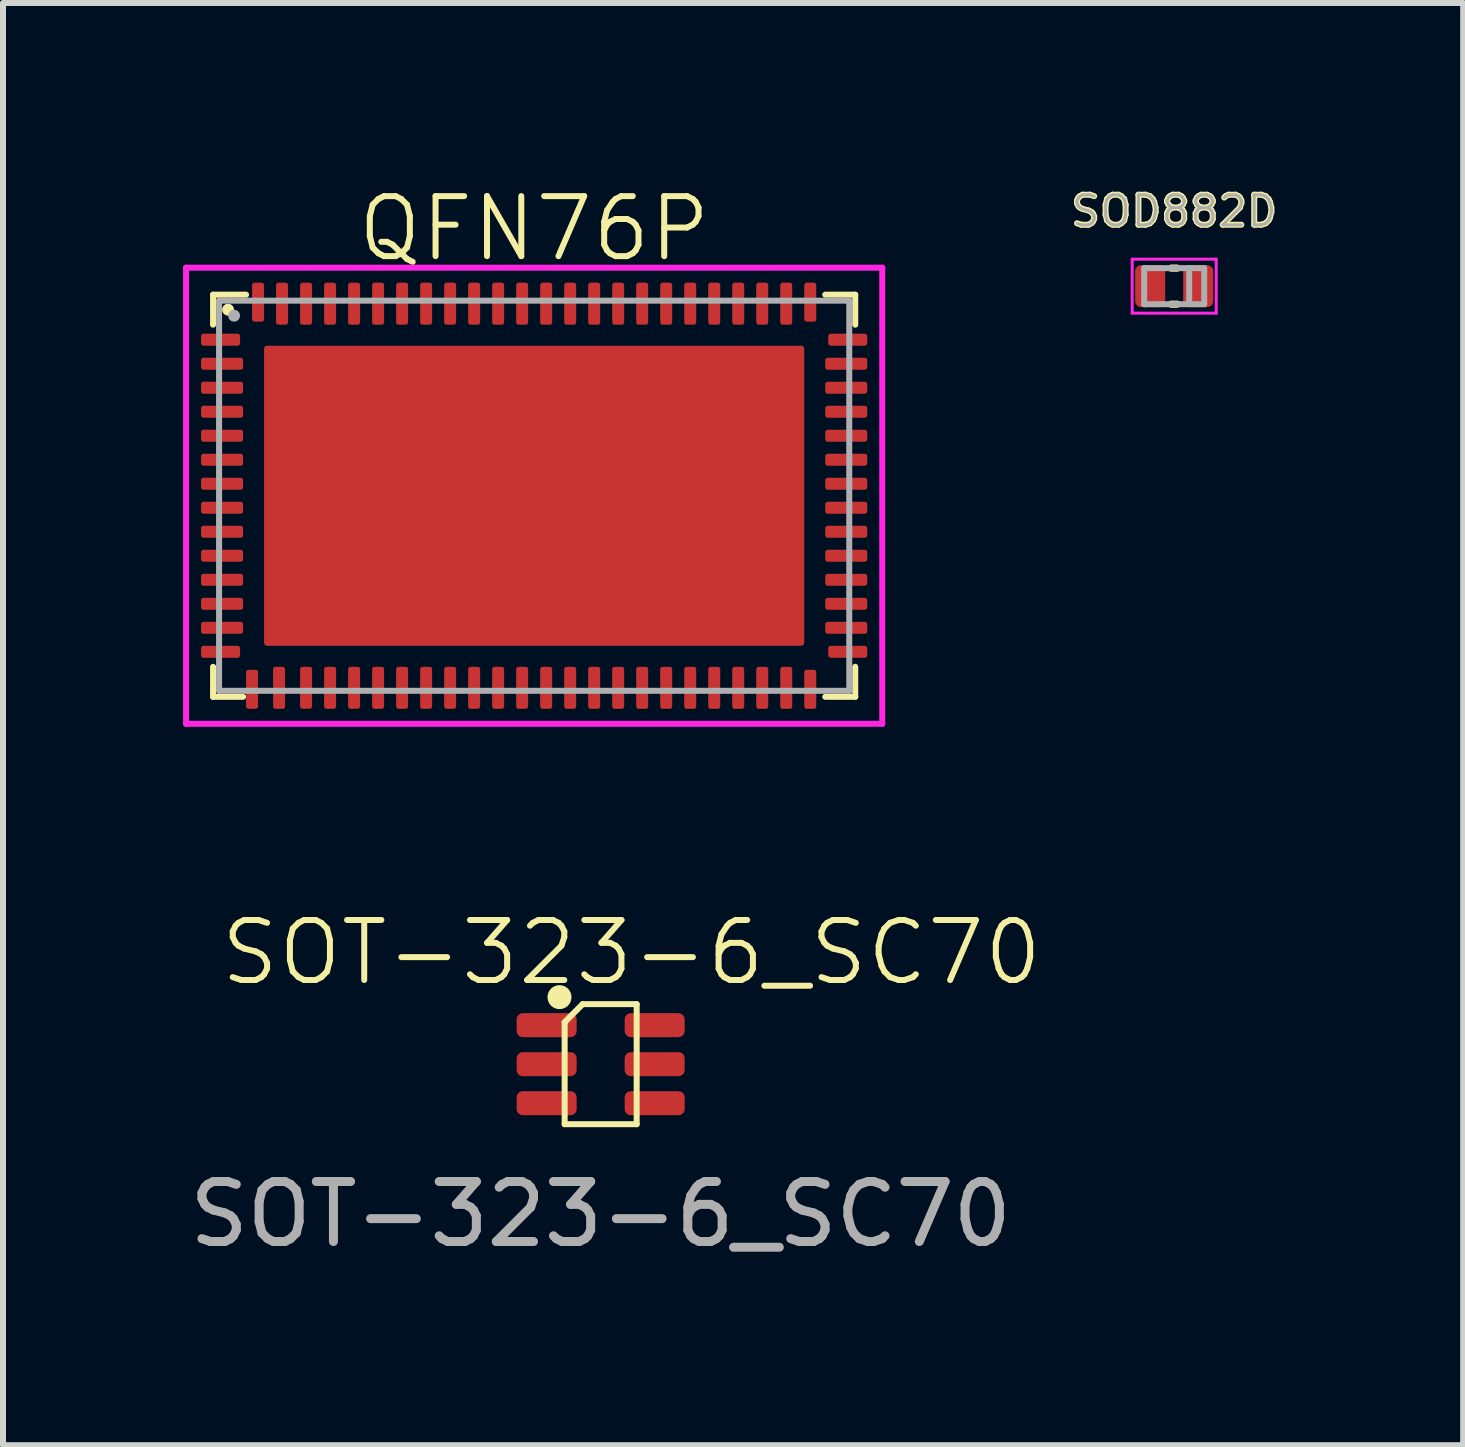
<source format=kicad_pcb>
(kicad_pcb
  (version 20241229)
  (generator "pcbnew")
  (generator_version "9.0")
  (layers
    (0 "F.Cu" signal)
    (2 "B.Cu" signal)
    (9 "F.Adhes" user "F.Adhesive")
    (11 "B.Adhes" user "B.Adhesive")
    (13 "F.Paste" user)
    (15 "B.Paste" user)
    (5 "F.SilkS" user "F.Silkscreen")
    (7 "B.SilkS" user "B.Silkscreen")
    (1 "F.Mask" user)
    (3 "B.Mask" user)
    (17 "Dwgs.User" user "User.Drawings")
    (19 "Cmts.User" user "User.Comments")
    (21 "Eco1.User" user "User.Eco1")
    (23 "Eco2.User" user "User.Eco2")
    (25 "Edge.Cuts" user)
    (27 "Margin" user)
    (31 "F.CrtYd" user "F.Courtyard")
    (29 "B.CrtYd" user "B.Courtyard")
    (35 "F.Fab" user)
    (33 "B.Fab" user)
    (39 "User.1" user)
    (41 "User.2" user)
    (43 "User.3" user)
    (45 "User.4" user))
  (footprint "SOT-323-6_SC70"
    (layer "F.Cu")
    (at 6.958 14.681)
    (property "Reference" "SOT-323-6_SC70" (at 0.513 -1.86 0) (unlocked yes) (layer "F.SilkS") (effects (font (size 1 1) (thickness 0.1))))
    (attr smd)
    (fp_line (start -0.6 -0.7) (end -0.6 1) (stroke (width 0.1) (type default)) (layer "F.SilkS"))
    (fp_line (start -0.6 -0.7) (end -0.3 -1) (stroke (width 0.1) (type default)) (layer "F.SilkS"))
    (fp_line (start -0.6 1) (end 0.6 1) (stroke (width 0.1) (type default)) (layer "F.SilkS"))
    (fp_line (start 0.6 -1) (end -0.3 -1) (stroke (width 0.1) (type default)) (layer "F.SilkS"))
    (fp_line (start 0.6 1) (end 0.6 -1) (stroke (width 0.1) (type default)) (layer "F.SilkS"))
    (fp_circle (center -0.686 -1.117) (end -0.686 -1.117) (stroke (width 0.2) (type default)) (fill no) (layer "F.SilkS"))
    (fp_text user "${REFERENCE}" (at 0 2.5 0) (unlocked yes) (layer "F.Fab") (effects (font (size 1 1) (thickness 0.15))))
    (pad "1" smd roundrect (at -0.9 -0.65) (size 1 0.4) (layers "F.Cu" "F.Mask" "F.Paste") (roundrect_rratio 0.25))
    (pad "2" smd roundrect (at -0.9 0) (size 1 0.4) (layers "F.Cu" "F.Mask" "F.Paste") (roundrect_rratio 0.25))
    (pad "3" smd roundrect (at -0.9 0.65) (size 1 0.4) (layers "F.Cu" "F.Mask" "F.Paste") (roundrect_rratio 0.25))
    (pad "4" smd roundrect (at 0.9 0.65) (size 1 0.4) (layers "F.Cu" "F.Mask" "F.Paste") (roundrect_rratio 0.25))
    (pad "5" smd roundrect (at 0.9 0) (size 1 0.4) (layers "F.Cu" "F.Mask" "F.Paste") (roundrect_rratio 0.25))
    (pad "6" smd roundrect (at 0.9 -0.65) (size 1 0.4) (layers "F.Cu" "F.Mask" "F.Paste") (roundrect_rratio 0.25)))
  (footprint "SOD882D"
    (layer "F.Cu")
    (at 16.514 1.718)
    (property "Reference" "SOD882D" (at 0 -1.25 0) (layer "F.SilkS") (effects (font (size 0.5 0.5) (thickness 0.1))))
    (attr smd)
    (fp_line (start -0.05 -0.3) (end 0.05 -0.3) (stroke (width 0.12) (type solid)) (layer "F.SilkS"))
    (fp_line (start -0.05 0.3) (end 0.05 0.3) (stroke (width 0.12) (type solid)) (layer "F.SilkS"))
    (fp_line (start -0.7 -0.45) (end 0.7 -0.45) (stroke (width 0.05) (type solid)) (layer "F.CrtYd"))
    (fp_line (start -0.7 0.45) (end -0.7 -0.45) (stroke (width 0.05) (type solid)) (layer "F.CrtYd"))
    (fp_line (start 0.7 -0.45) (end 0.7 0.45) (stroke (width 0.05) (type solid)) (layer "F.CrtYd"))
    (fp_line (start 0.7 0.45) (end -0.7 0.45) (stroke (width 0.05) (type solid)) (layer "F.CrtYd"))
    (fp_line (start -0.5 -0.3) (end 0.5 -0.3) (stroke (width 0.1) (type solid)) (layer "F.Fab"))
    (fp_line (start -0.5 0.3) (end -0.5 -0.3) (stroke (width 0.1) (type solid)) (layer "F.Fab"))
    (fp_line (start 0.25 -0.3) (end 0.25 0.3) (stroke (width 0.1) (type solid)) (layer "F.Fab"))
    (fp_line (start 0.5 -0.3) (end 0.5 0.3) (stroke (width 0.1) (type solid)) (layer "F.Fab"))
    (fp_line (start 0.5 0.3) (end -0.5 0.3) (stroke (width 0.1) (type solid)) (layer "F.Fab"))
    (fp_text user "${REFERENCE}" (at 0 -1.25 0) (layer "F.Fab") (effects (font (size 0.5 0.5) (thickness 0.05))))
    (pad "1" smd roundrect (at -0.4 0) (size 0.5 0.7) (layers "F.Cu" "F.Mask" "F.Paste") (roundrect_rratio 0.2))
    (pad "2" smd roundrect (at 0.4 0) (size 0.5 0.7) (layers "F.Cu" "F.Mask" "F.Paste") (roundrect_rratio 0.2)))
  (footprint "QFN76P"
    (layer "F.Cu")
    (at 5.85 5.21)
    (property "Reference" "QFN76P" (at 0 -4.45 0) (layer "F.SilkS") (effects (font (size 1 1) (thickness 0.1))))
    (attr through_hole)
    (fp_line (start -5.35 -3.35) (end -5.35 -2.85) (stroke (width 0.1) (type solid)) (layer "F.SilkS"))
    (fp_line (start -5.35 -3.35) (end -4.8 -3.35) (stroke (width 0.1) (type solid)) (layer "F.SilkS"))
    (fp_line (start -5.35 3.35) (end -5.35 2.85) (stroke (width 0.1) (type solid)) (layer "F.SilkS"))
    (fp_line (start -5.35 3.35) (end -4.85 3.35) (stroke (width 0.1) (type solid)) (layer "F.SilkS"))
    (fp_line (start 5.35 -3.35) (end 4.85 -3.35) (stroke (width 0.1) (type solid)) (layer "F.SilkS"))
    (fp_line (start 5.35 -3.35) (end 5.35 -2.85) (stroke (width 0.1) (type solid)) (layer "F.SilkS"))
    (fp_line (start 5.35 3.35) (end 4.85 3.35) (stroke (width 0.1) (type solid)) (layer "F.SilkS"))
    (fp_line (start 5.35 3.35) (end 5.35 2.85) (stroke (width 0.1) (type solid)) (layer "F.SilkS"))
    (fp_circle (center -5.1 -3.1) (end -5.05 -3.1) (stroke (width 0.1) (type solid)) (fill no) (layer "F.SilkS"))
    (fp_line (start -5.8 -3.8) (end -5.8 3.8) (stroke (width 0.1) (type solid)) (layer "F.CrtYd"))
    (fp_line (start -5.8 3.8) (end 5.8 3.8) (stroke (width 0.1) (type solid)) (layer "F.CrtYd"))
    (fp_line (start 5.8 -3.8) (end -5.8 -3.8) (stroke (width 0.1) (type solid)) (layer "F.CrtYd"))
    (fp_line (start 5.8 3.8) (end 5.8 -3.8) (stroke (width 0.1) (type solid)) (layer "F.CrtYd"))
    (fp_line (start -5.25 -3.25) (end 5.25 -3.25) (stroke (width 0.1) (type solid)) (layer "F.Fab"))
    (fp_line (start -5.25 3.25) (end -5.25 -3.25) (stroke (width 0.1) (type solid)) (layer "F.Fab"))
    (fp_line (start 5.25 -3.25) (end 5.25 3.25) (stroke (width 0.1) (type solid)) (layer "F.Fab"))
    (fp_line (start 5.25 3.25) (end -5.25 3.25) (stroke (width 0.1) (type solid)) (layer "F.Fab"))
    (fp_circle (center -5 -3) (end -4.95 -3) (stroke (width 0.1) (type solid)) (fill no) (layer "F.Fab"))
    (pad "1" smd roundrect (at -5.225 -2.6) (size 0.65 0.2) (layers "F.Cu" "F.Mask" "F.Paste") (roundrect_rratio 0.2))
    (pad "2" smd roundrect (at -5.2 -2.2) (size 0.7 0.2) (layers "F.Cu" "F.Mask" "F.Paste") (roundrect_rratio 0.2))
    (pad "3" smd roundrect (at -5.2 -1.8) (size 0.7 0.2) (layers "F.Cu" "F.Mask" "F.Paste") (roundrect_rratio 0.2))
    (pad "4" smd roundrect (at -5.2 -1.4) (size 0.7 0.2) (layers "F.Cu" "F.Mask" "F.Paste") (roundrect_rratio 0.2))
    (pad "5" smd roundrect (at -5.2 -1) (size 0.7 0.2) (layers "F.Cu" "F.Mask" "F.Paste") (roundrect_rratio 0.2))
    (pad "6" smd roundrect (at -5.2 -0.6) (size 0.7 0.2) (layers "F.Cu" "F.Mask" "F.Paste") (roundrect_rratio 0.2))
    (pad "7" smd roundrect (at -5.2 -0.2) (size 0.7 0.2) (layers "F.Cu" "F.Mask" "F.Paste") (roundrect_rratio 0.2))
    (pad "8" smd roundrect (at -5.2 0.2) (size 0.7 0.2) (layers "F.Cu" "F.Mask" "F.Paste") (roundrect_rratio 0.2))
    (pad "9" smd roundrect (at -5.2 0.6) (size 0.7 0.2) (layers "F.Cu" "F.Mask" "F.Paste") (roundrect_rratio 0.2))
    (pad "10" smd roundrect (at -5.2 1) (size 0.7 0.2) (layers "F.Cu" "F.Mask" "F.Paste") (roundrect_rratio 0.2))
    (pad "11" smd roundrect (at -5.2 1.4) (size 0.7 0.2) (layers "F.Cu" "F.Mask" "F.Paste") (roundrect_rratio 0.2))
    (pad "12" smd roundrect (at -5.2 1.8) (size 0.7 0.2) (layers "F.Cu" "F.Mask" "F.Paste") (roundrect_rratio 0.2))
    (pad "13" smd roundrect (at -5.2 2.2) (size 0.7 0.2) (layers "F.Cu" "F.Mask" "F.Paste") (roundrect_rratio 0.2))
    (pad "14" smd roundrect (at -5.225 2.6) (size 0.65 0.2) (layers "F.Cu" "F.Mask" "F.Paste") (roundrect_rratio 0.2))
    (pad "15" smd roundrect (at -4.7 3.225 270) (size 0.65 0.2) (layers "F.Cu" "F.Mask" "F.Paste") (roundrect_rratio 0.2))
    (pad "16" smd roundrect (at -4.25 3.2 90) (size 0.7 0.2) (layers "F.Cu" "F.Mask" "F.Paste") (roundrect_rratio 0.2))
    (pad "17" smd roundrect (at -3.8 3.2 90) (size 0.7 0.2) (layers "F.Cu" "F.Mask" "F.Paste") (roundrect_rratio 0.2))
    (pad "18" smd roundrect (at -3.4 3.2 90) (size 0.7 0.2) (layers "F.Cu" "F.Mask" "F.Paste") (roundrect_rratio 0.2))
    (pad "19" smd roundrect (at -3 3.2 90) (size 0.7 0.2) (layers "F.Cu" "F.Mask" "F.Paste") (roundrect_rratio 0.2))
    (pad "20" smd roundrect (at -2.6 3.2 90) (size 0.7 0.2) (layers "F.Cu" "F.Mask" "F.Paste") (roundrect_rratio 0.2))
    (pad "21" smd roundrect (at -2.2 3.2 90) (size 0.7 0.2) (layers "F.Cu" "F.Mask" "F.Paste") (roundrect_rratio 0.2))
    (pad "22" smd roundrect (at -1.8 3.2 90) (size 0.7 0.2) (layers "F.Cu" "F.Mask" "F.Paste") (roundrect_rratio 0.2))
    (pad "23" smd roundrect (at -1.4 3.2 90) (size 0.7 0.2) (layers "F.Cu" "F.Mask" "F.Paste") (roundrect_rratio 0.2))
    (pad "24" smd roundrect (at -1 3.2 90) (size 0.7 0.2) (layers "F.Cu" "F.Mask" "F.Paste") (roundrect_rratio 0.2))
    (pad "25" smd roundrect (at -0.6 3.2 90) (size 0.7 0.2) (layers "F.Cu" "F.Mask" "F.Paste") (roundrect_rratio 0.2))
    (pad "26" smd roundrect (at -0.2 3.2 90) (size 0.7 0.2) (layers "F.Cu" "F.Mask" "F.Paste") (roundrect_rratio 0.2))
    (pad "27" smd roundrect (at 0.2 3.2 90) (size 0.7 0.2) (layers "F.Cu" "F.Mask" "F.Paste") (roundrect_rratio 0.2))
    (pad "28" smd roundrect (at 0.6 3.2 90) (size 0.7 0.2) (layers "F.Cu" "F.Mask" "F.Paste") (roundrect_rratio 0.2))
    (pad "29" smd roundrect (at 1 3.2 90) (size 0.7 0.2) (layers "F.Cu" "F.Mask" "F.Paste") (roundrect_rratio 0.2))
    (pad "30" smd roundrect (at 1.4 3.2 90) (size 0.7 0.2) (layers "F.Cu" "F.Mask" "F.Paste") (roundrect_rratio 0.2))
    (pad "31" smd roundrect (at 1.8 3.2 90) (size 0.7 0.2) (layers "F.Cu" "F.Mask" "F.Paste") (roundrect_rratio 0.2))
    (pad "32" smd roundrect (at 2.2 3.2 90) (size 0.7 0.2) (layers "F.Cu" "F.Mask" "F.Paste") (roundrect_rratio 0.2))
    (pad "33" smd roundrect (at 2.6 3.2 90) (size 0.7 0.2) (layers "F.Cu" "F.Mask" "F.Paste") (roundrect_rratio 0.2))
    (pad "34" smd roundrect (at 3 3.2 90) (size 0.7 0.2) (layers "F.Cu" "F.Mask" "F.Paste") (roundrect_rratio 0.2))
    (pad "35" smd roundrect (at 3.4 3.2 90) (size 0.7 0.2) (layers "F.Cu" "F.Mask" "F.Paste") (roundrect_rratio 0.2))
    (pad "36" smd roundrect (at 3.8 3.2 90) (size 0.7 0.2) (layers "F.Cu" "F.Mask" "F.Paste") (roundrect_rratio 0.2))
    (pad "37" smd roundrect (at 4.2 3.2 90) (size 0.7 0.2) (layers "F.Cu" "F.Mask" "F.Paste") (roundrect_rratio 0.2))
    (pad "38" smd roundrect (at 4.6 3.225 90) (size 0.65 0.2) (layers "F.Cu" "F.Mask" "F.Paste") (roundrect_rratio 0.2))
    (pad "39" smd roundrect (at 5.225 2.6) (size 0.65 0.2) (layers "F.Cu" "F.Mask" "F.Paste") (roundrect_rratio 0.2))
    (pad "40" smd roundrect (at 5.2 2.2) (size 0.7 0.2) (layers "F.Cu" "F.Mask" "F.Paste") (roundrect_rratio 0.2))
    (pad "41" smd roundrect (at 5.2 1.8) (size 0.7 0.2) (layers "F.Cu" "F.Mask" "F.Paste") (roundrect_rratio 0.2))
    (pad "42" smd roundrect (at 5.2 1.4) (size 0.7 0.2) (layers "F.Cu" "F.Mask" "F.Paste") (roundrect_rratio 0.2))
    (pad "43" smd roundrect (at 5.2 1) (size 0.7 0.2) (layers "F.Cu" "F.Mask" "F.Paste") (roundrect_rratio 0.2))
    (pad "44" smd roundrect (at 5.2 0.6) (size 0.7 0.2) (layers "F.Cu" "F.Mask" "F.Paste") (roundrect_rratio 0.2))
    (pad "45" smd roundrect (at 5.2 0.2) (size 0.7 0.2) (layers "F.Cu" "F.Mask" "F.Paste") (roundrect_rratio 0.2))
    (pad "46" smd roundrect (at 5.2 -0.2) (size 0.7 0.2) (layers "F.Cu" "F.Mask" "F.Paste") (roundrect_rratio 0.2))
    (pad "47" smd roundrect (at 5.2 -0.6) (size 0.7 0.2) (layers "F.Cu" "F.Mask" "F.Paste") (roundrect_rratio 0.2))
    (pad "48" smd roundrect (at 5.2 -1) (size 0.7 0.2) (layers "F.Cu" "F.Mask" "F.Paste") (roundrect_rratio 0.2))
    (pad "49" smd roundrect (at 5.2 -1.4) (size 0.7 0.2) (layers "F.Cu" "F.Mask" "F.Paste") (roundrect_rratio 0.2))
    (pad "50" smd roundrect (at 5.2 -1.8) (size 0.7 0.2) (layers "F.Cu" "F.Mask" "F.Paste") (roundrect_rratio 0.2))
    (pad "51" smd roundrect (at 5.2 -2.2) (size 0.7 0.2) (layers "F.Cu" "F.Mask" "F.Paste") (roundrect_rratio 0.2))
    (pad "52" smd roundrect (at 5.225 -2.6) (size 0.65 0.2) (layers "F.Cu" "F.Mask" "F.Paste") (roundrect_rratio 0.2))
    (pad "53" smd roundrect (at 4.6 -3.225 90) (size 0.65 0.2) (layers "F.Cu" "F.Mask" "F.Paste") (roundrect_rratio 0.2))
    (pad "54" smd roundrect (at 4.2 -3.2 90) (size 0.7 0.2) (layers "F.Cu" "F.Mask" "F.Paste") (roundrect_rratio 0.2))
    (pad "55" smd roundrect (at 3.8 -3.2 90) (size 0.7 0.2) (layers "F.Cu" "F.Mask" "F.Paste") (roundrect_rratio 0.2))
    (pad "56" smd roundrect (at 3.4 -3.2 90) (size 0.7 0.2) (layers "F.Cu" "F.Mask" "F.Paste") (roundrect_rratio 0.2))
    (pad "57" smd roundrect (at 3 -3.2 90) (size 0.7 0.2) (layers "F.Cu" "F.Mask" "F.Paste") (roundrect_rratio 0.2))
    (pad "58" smd roundrect (at 2.6 -3.2 90) (size 0.7 0.2) (layers "F.Cu" "F.Mask" "F.Paste") (roundrect_rratio 0.2))
    (pad "59" smd roundrect (at 2.2 -3.2 90) (size 0.7 0.2) (layers "F.Cu" "F.Mask" "F.Paste") (roundrect_rratio 0.2))
    (pad "60" smd roundrect (at 1.8 -3.2 90) (size 0.7 0.2) (layers "F.Cu" "F.Mask" "F.Paste") (roundrect_rratio 0.2))
    (pad "61" smd roundrect (at 1.4 -3.2 90) (size 0.7 0.2) (layers "F.Cu" "F.Mask" "F.Paste") (roundrect_rratio 0.2))
    (pad "62" smd roundrect (at 1 -3.2 90) (size 0.7 0.2) (layers "F.Cu" "F.Mask" "F.Paste") (roundrect_rratio 0.2))
    (pad "63" smd roundrect (at 0.6 -3.2 90) (size 0.7 0.2) (layers "F.Cu" "F.Mask" "F.Paste") (roundrect_rratio 0.2))
    (pad "64" smd roundrect (at 0.2 -3.2 90) (size 0.7 0.2) (layers "F.Cu" "F.Mask" "F.Paste") (roundrect_rratio 0.2))
    (pad "65" smd roundrect (at -0.2 -3.2 90) (size 0.7 0.2) (layers "F.Cu" "F.Mask" "F.Paste") (roundrect_rratio 0.2))
    (pad "66" smd roundrect (at -0.6 -3.2 90) (size 0.7 0.2) (layers "F.Cu" "F.Mask" "F.Paste") (roundrect_rratio 0.2))
    (pad "67" smd roundrect (at -1 -3.2 90) (size 0.7 0.2) (layers "F.Cu" "F.Mask" "F.Paste") (roundrect_rratio 0.2))
    (pad "68" smd roundrect (at -1.4 -3.2 90) (size 0.7 0.2) (layers "F.Cu" "F.Mask" "F.Paste") (roundrect_rratio 0.2))
    (pad "69" smd roundrect (at -1.8 -3.2 90) (size 0.7 0.2) (layers "F.Cu" "F.Mask" "F.Paste") (roundrect_rratio 0.2))
    (pad "70" smd roundrect (at -2.2 -3.2 90) (size 0.7 0.2) (layers "F.Cu" "F.Mask" "F.Paste") (roundrect_rratio 0.2))
    (pad "71" smd roundrect (at -2.6 -3.2 90) (size 0.7 0.2) (layers "F.Cu" "F.Mask" "F.Paste") (roundrect_rratio 0.2))
    (pad "72" smd roundrect (at -3 -3.2 90) (size 0.7 0.2) (layers "F.Cu" "F.Mask" "F.Paste") (roundrect_rratio 0.2))
    (pad "73" smd roundrect (at -3.4 -3.2 90) (size 0.7 0.2) (layers "F.Cu" "F.Mask" "F.Paste") (roundrect_rratio 0.2))
    (pad "74" smd roundrect (at -3.8 -3.2 90) (size 0.7 0.2) (layers "F.Cu" "F.Mask" "F.Paste") (roundrect_rratio 0.2))
    (pad "75" smd roundrect (at -4.2 -3.2 90) (size 0.7 0.2) (layers "F.Cu" "F.Mask" "F.Paste") (roundrect_rratio 0.2))
    (pad "76" smd roundrect (at -4.6 -3.225 90) (size 0.65 0.2) (layers "F.Cu" "F.Mask" "F.Paste") (roundrect_rratio 0.2))
    (pad "77" smd roundrect (at 0 0) (size 9 5) (layers "F.Cu" "F.Mask" "F.Paste") (roundrect_rratio 0.01)))
  (gr_rect
    (start -3 -3)
    (end 21.329 21.029)
    (stroke (width 0.1) (type default))
    (fill no)
    (layer "Edge.Cuts")))
</source>
